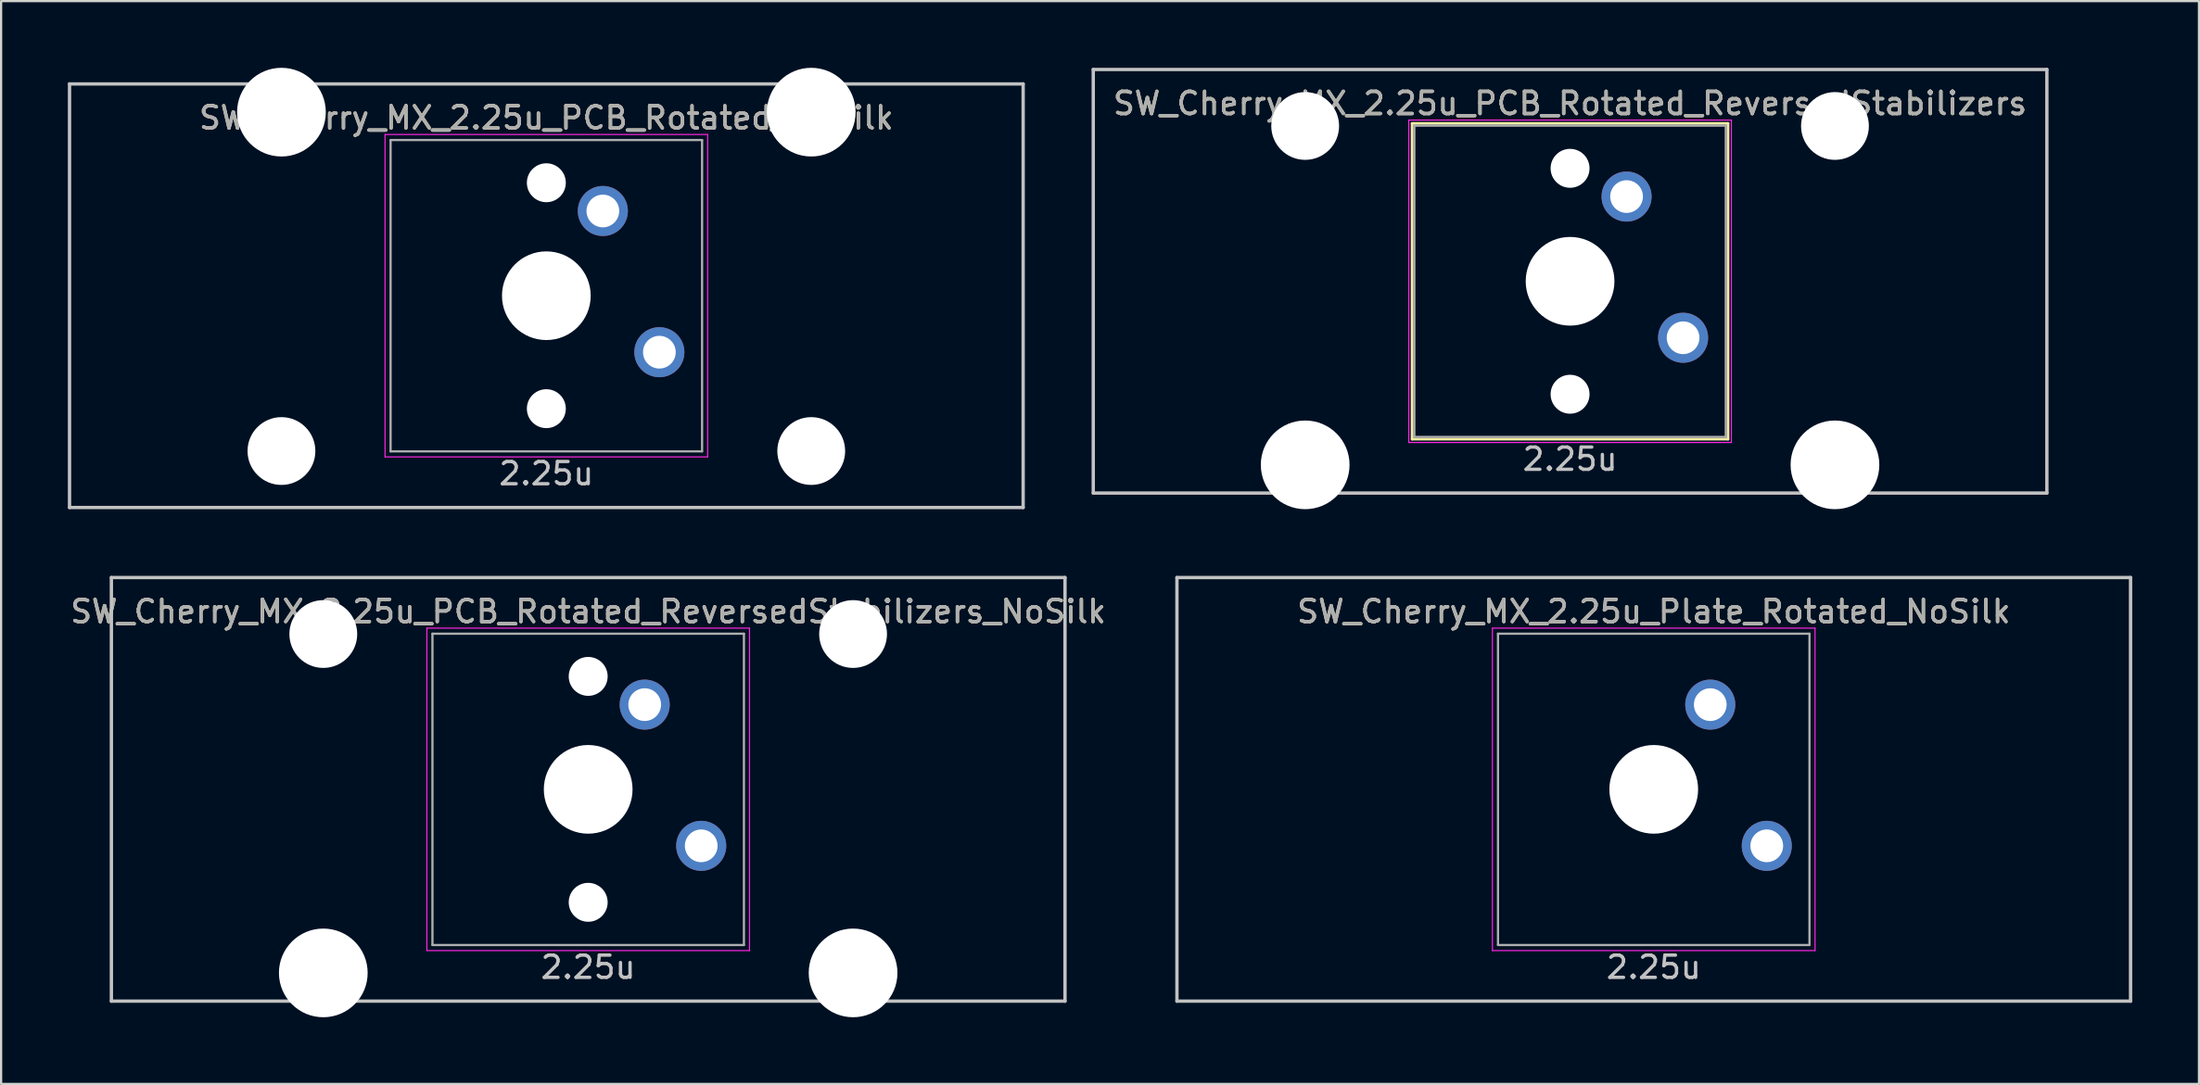
<source format=kicad_pcb>
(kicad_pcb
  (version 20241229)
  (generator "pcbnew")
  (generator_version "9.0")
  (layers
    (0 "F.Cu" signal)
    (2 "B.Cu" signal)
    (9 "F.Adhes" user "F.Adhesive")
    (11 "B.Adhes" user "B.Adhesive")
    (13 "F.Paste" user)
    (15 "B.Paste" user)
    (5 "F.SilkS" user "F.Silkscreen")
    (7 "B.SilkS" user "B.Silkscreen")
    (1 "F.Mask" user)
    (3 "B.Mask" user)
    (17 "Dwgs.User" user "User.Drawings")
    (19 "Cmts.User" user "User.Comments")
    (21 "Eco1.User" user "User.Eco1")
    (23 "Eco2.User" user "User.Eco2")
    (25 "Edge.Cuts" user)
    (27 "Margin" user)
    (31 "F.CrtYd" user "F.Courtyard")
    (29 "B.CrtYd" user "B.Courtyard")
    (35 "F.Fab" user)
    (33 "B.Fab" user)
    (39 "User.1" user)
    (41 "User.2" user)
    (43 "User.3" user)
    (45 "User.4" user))
  (footprint "SW_Cherry_MX_2.25u_PCB_Rotated_NoSilk"
    (layer "F.Cu")
    (at 21.506 10.249)
    (property "Reference" "SW_Cherry_MX_2.25u_PCB_Rotated_NoSilk" (at 0 -8 0) (layer "F.SilkS") (effects (font (size 1 1) (thickness 0.15))))
    (attr through_hole)
    (fp_line (start -21.431 9.525) (end -21.431 -9.525) (stroke (width 0.15) (type solid)) (layer "Dwgs.User"))
    (fp_line (start 21.431 -9.525) (end -21.431 -9.525) (stroke (width 0.15) (type solid)) (layer "Dwgs.User"))
    (fp_line (start 21.431 -9.525) (end 21.431 9.525) (stroke (width 0.15) (type solid)) (layer "Dwgs.User"))
    (fp_line (start 21.431 9.525) (end -21.431 9.525) (stroke (width 0.15) (type solid)) (layer "Dwgs.User"))
    (fp_line (start -7.25 -7.25) (end 7.25 -7.25) (stroke (width 0.05) (type solid)) (layer "F.CrtYd"))
    (fp_line (start -7.25 7.25) (end -7.25 -7.25) (stroke (width 0.05) (type solid)) (layer "F.CrtYd"))
    (fp_line (start 7.25 -7.25) (end 7.25 7.25) (stroke (width 0.05) (type solid)) (layer "F.CrtYd"))
    (fp_line (start 7.25 7.25) (end -7.25 7.25) (stroke (width 0.05) (type solid)) (layer "F.CrtYd"))
    (fp_line (start -7 -7) (end 7 -7) (stroke (width 0.1) (type solid)) (layer "F.Fab"))
    (fp_line (start -7 7) (end -7 -7) (stroke (width 0.1) (type solid)) (layer "F.Fab"))
    (fp_line (start 7 -7) (end 7 7) (stroke (width 0.1) (type solid)) (layer "F.Fab"))
    (fp_line (start 7 7) (end -7 7) (stroke (width 0.1) (type solid)) (layer "F.Fab"))
    (fp_text user "2.25u" (at 0 8 0) (layer "Dwgs.User") (effects (font (size 1 1) (thickness 0.15))))
    (fp_text user "${REFERENCE}" (at 0 -8 0) (layer "F.Fab") (effects (font (size 1 1) (thickness 0.15))))
    (pad "" np_thru_hole circle (at -11.906 -8.255 180) (size 3.988 3.988) (drill 3.988) (layers "*.Cu" "*.Mask"))
    (pad "" np_thru_hole circle (at -11.906 6.985 180) (size 3.048 3.048) (drill 3.048) (layers "*.Cu" "*.Mask"))
    (pad "" np_thru_hole circle (at 0 -5.08 318.1) (size 1.75 1.75) (drill 1.75) (layers "*.Cu" "*.Mask"))
    (pad "" np_thru_hole circle (at 0 0 270) (size 3.988 3.988) (drill 3.988) (layers "*.Cu" "*.Mask"))
    (pad "" np_thru_hole circle (at 0 5.08 318.1) (size 1.75 1.75) (drill 1.75) (layers "*.Cu" "*.Mask"))
    (pad "" np_thru_hole circle (at 11.906 -8.255 180) (size 3.988 3.988) (drill 3.988) (layers "*.Cu" "*.Mask"))
    (pad "" np_thru_hole circle (at 11.906 6.985 180) (size 3.048 3.048) (drill 3.048) (layers "*.Cu" "*.Mask"))
    (pad "1" thru_hole circle (at 2.54 -3.81 270) (size 2.25 2.25) (drill 1.47) (layers "*.Cu" "B.Mask"))
    (pad "2" thru_hole circle (at 5.08 2.54 270) (size 2.25 2.25) (drill 1.47) (layers "*.Cu" "B.Mask")))
  (footprint "SW_Cherry_MX_2.25u_PCB_Rotated_ReversedStabilizers_NoSilk"
    (layer "F.Cu")
    (at 23.387 32.449)
    (property "Reference" "SW_Cherry_MX_2.25u_PCB_Rotated_ReversedStabilizers_NoSilk" (at 0 -8 0) (layer "F.SilkS") (effects (font (size 1 1) (thickness 0.15))))
    (attr through_hole)
    (fp_line (start -21.431 9.525) (end -21.431 -9.525) (stroke (width 0.15) (type solid)) (layer "Dwgs.User"))
    (fp_line (start 21.431 -9.525) (end -21.431 -9.525) (stroke (width 0.15) (type solid)) (layer "Dwgs.User"))
    (fp_line (start 21.431 -9.525) (end 21.431 9.525) (stroke (width 0.15) (type solid)) (layer "Dwgs.User"))
    (fp_line (start 21.431 9.525) (end -21.431 9.525) (stroke (width 0.15) (type solid)) (layer "Dwgs.User"))
    (fp_line (start -7.25 -7.25) (end 7.25 -7.25) (stroke (width 0.05) (type solid)) (layer "F.CrtYd"))
    (fp_line (start -7.25 7.25) (end -7.25 -7.25) (stroke (width 0.05) (type solid)) (layer "F.CrtYd"))
    (fp_line (start 7.25 -7.25) (end 7.25 7.25) (stroke (width 0.05) (type solid)) (layer "F.CrtYd"))
    (fp_line (start 7.25 7.25) (end -7.25 7.25) (stroke (width 0.05) (type solid)) (layer "F.CrtYd"))
    (fp_line (start -7 -7) (end 7 -7) (stroke (width 0.1) (type solid)) (layer "F.Fab"))
    (fp_line (start -7 7) (end -7 -7) (stroke (width 0.1) (type solid)) (layer "F.Fab"))
    (fp_line (start 7 -7) (end 7 7) (stroke (width 0.1) (type solid)) (layer "F.Fab"))
    (fp_line (start 7 7) (end -7 7) (stroke (width 0.1) (type solid)) (layer "F.Fab"))
    (fp_text user "2.25u" (at 0 8 0) (layer "Dwgs.User") (effects (font (size 1 1) (thickness 0.15))))
    (fp_text user "${REFERENCE}" (at 0 -8 0) (layer "F.Fab") (effects (font (size 1 1) (thickness 0.15))))
    (pad "" np_thru_hole circle (at -11.906 -6.985 180) (size 3.048 3.048) (drill 3.048) (layers "*.Cu" "*.Mask"))
    (pad "" np_thru_hole circle (at -11.906 8.255 180) (size 3.988 3.988) (drill 3.988) (layers "*.Cu" "*.Mask"))
    (pad "" np_thru_hole circle (at 0 -5.08 318.1) (size 1.75 1.75) (drill 1.75) (layers "*.Cu" "*.Mask"))
    (pad "" np_thru_hole circle (at 0 0 270) (size 3.988 3.988) (drill 3.988) (layers "*.Cu" "*.Mask"))
    (pad "" np_thru_hole circle (at 0 5.08 318.1) (size 1.75 1.75) (drill 1.75) (layers "*.Cu" "*.Mask"))
    (pad "" np_thru_hole circle (at 11.906 -6.985 180) (size 3.048 3.048) (drill 3.048) (layers "*.Cu" "*.Mask"))
    (pad "" np_thru_hole circle (at 11.906 8.255 180) (size 3.988 3.988) (drill 3.988) (layers "*.Cu" "*.Mask"))
    (pad "1" thru_hole circle (at 2.54 -3.81 270) (size 2.25 2.25) (drill 1.47) (layers "*.Cu" "B.Mask"))
    (pad "2" thru_hole circle (at 5.08 2.54 270) (size 2.25 2.25) (drill 1.47) (layers "*.Cu" "B.Mask")))
  (footprint "SW_Cherry_MX_2.25u_PCB_Rotated_ReversedStabilizers"
    (layer "F.Cu")
    (at 67.519 9.6)
    (property "Reference" "SW_Cherry_MX_2.25u_PCB_Rotated_ReversedStabilizers" (at 0 -8 0) (layer "F.SilkS") (effects (font (size 1 1) (thickness 0.15))))
    (attr through_hole)
    (fp_line (start -7.1 -7.1) (end 7.1 -7.1) (stroke (width 0.12) (type solid)) (layer "F.SilkS"))
    (fp_line (start -7.1 7.1) (end -7.1 -7.1) (stroke (width 0.12) (type solid)) (layer "F.SilkS"))
    (fp_line (start 7.1 -7.1) (end 7.1 7.1) (stroke (width 0.12) (type solid)) (layer "F.SilkS"))
    (fp_line (start 7.1 7.1) (end -7.1 7.1) (stroke (width 0.12) (type solid)) (layer "F.SilkS"))
    (fp_line (start -21.431 9.525) (end -21.431 -9.525) (stroke (width 0.15) (type solid)) (layer "Dwgs.User"))
    (fp_line (start 21.431 -9.525) (end -21.431 -9.525) (stroke (width 0.15) (type solid)) (layer "Dwgs.User"))
    (fp_line (start 21.431 -9.525) (end 21.431 9.525) (stroke (width 0.15) (type solid)) (layer "Dwgs.User"))
    (fp_line (start 21.431 9.525) (end -21.431 9.525) (stroke (width 0.15) (type solid)) (layer "Dwgs.User"))
    (fp_line (start -7.25 -7.25) (end 7.25 -7.25) (stroke (width 0.05) (type solid)) (layer "F.CrtYd"))
    (fp_line (start -7.25 7.25) (end -7.25 -7.25) (stroke (width 0.05) (type solid)) (layer "F.CrtYd"))
    (fp_line (start 7.25 -7.25) (end 7.25 7.25) (stroke (width 0.05) (type solid)) (layer "F.CrtYd"))
    (fp_line (start 7.25 7.25) (end -7.25 7.25) (stroke (width 0.05) (type solid)) (layer "F.CrtYd"))
    (fp_line (start -7 -7) (end 7 -7) (stroke (width 0.1) (type solid)) (layer "F.Fab"))
    (fp_line (start -7 7) (end -7 -7) (stroke (width 0.1) (type solid)) (layer "F.Fab"))
    (fp_line (start 7 -7) (end 7 7) (stroke (width 0.1) (type solid)) (layer "F.Fab"))
    (fp_line (start 7 7) (end -7 7) (stroke (width 0.1) (type solid)) (layer "F.Fab"))
    (fp_text user "2.25u" (at 0 8 0) (layer "Dwgs.User") (effects (font (size 1 1) (thickness 0.15))))
    (fp_text user "${REFERENCE}" (at 0 -8 0) (layer "F.Fab") (effects (font (size 1 1) (thickness 0.15))))
    (pad "" np_thru_hole circle (at -11.906 -6.985 180) (size 3.048 3.048) (drill 3.048) (layers "*.Cu" "*.Mask"))
    (pad "" np_thru_hole circle (at -11.906 8.255 180) (size 3.988 3.988) (drill 3.988) (layers "*.Cu" "*.Mask"))
    (pad "" np_thru_hole circle (at 0 -5.08 318.1) (size 1.75 1.75) (drill 1.75) (layers "*.Cu" "*.Mask"))
    (pad "" np_thru_hole circle (at 0 0 270) (size 3.988 3.988) (drill 3.988) (layers "*.Cu" "*.Mask"))
    (pad "" np_thru_hole circle (at 0 5.08 318.1) (size 1.75 1.75) (drill 1.75) (layers "*.Cu" "*.Mask"))
    (pad "" np_thru_hole circle (at 11.906 -6.985 180) (size 3.048 3.048) (drill 3.048) (layers "*.Cu" "*.Mask"))
    (pad "" np_thru_hole circle (at 11.906 8.255 180) (size 3.988 3.988) (drill 3.988) (layers "*.Cu" "*.Mask"))
    (pad "1" thru_hole circle (at 2.54 -3.81 270) (size 2.25 2.25) (drill 1.47) (layers "*.Cu" "B.Mask"))
    (pad "2" thru_hole circle (at 5.08 2.54 270) (size 2.25 2.25) (drill 1.47) (layers "*.Cu" "B.Mask")))
  (footprint "SW_Cherry_MX_2.25u_Plate_Rotated_NoSilk"
    (layer "F.Cu")
    (at 71.28 32.449)
    (property "Reference" "SW_Cherry_MX_2.25u_Plate_Rotated_NoSilk" (at 0 -8 0) (layer "F.SilkS") (effects (font (size 1 1) (thickness 0.15))))
    (attr through_hole)
    (fp_line (start -21.431 9.525) (end -21.431 -9.525) (stroke (width 0.15) (type solid)) (layer "Dwgs.User"))
    (fp_line (start 21.431 -9.525) (end -21.431 -9.525) (stroke (width 0.15) (type solid)) (layer "Dwgs.User"))
    (fp_line (start 21.431 -9.525) (end 21.431 9.525) (stroke (width 0.15) (type solid)) (layer "Dwgs.User"))
    (fp_line (start 21.431 9.525) (end -21.431 9.525) (stroke (width 0.15) (type solid)) (layer "Dwgs.User"))
    (fp_line (start -7.25 -7.25) (end 7.25 -7.25) (stroke (width 0.05) (type solid)) (layer "F.CrtYd"))
    (fp_line (start -7.25 7.25) (end -7.25 -7.25) (stroke (width 0.05) (type solid)) (layer "F.CrtYd"))
    (fp_line (start 7.25 -7.25) (end 7.25 7.25) (stroke (width 0.05) (type solid)) (layer "F.CrtYd"))
    (fp_line (start 7.25 7.25) (end -7.25 7.25) (stroke (width 0.05) (type solid)) (layer "F.CrtYd"))
    (fp_line (start -7 -7) (end 7 -7) (stroke (width 0.1) (type solid)) (layer "F.Fab"))
    (fp_line (start -7 7) (end -7 -7) (stroke (width 0.1) (type solid)) (layer "F.Fab"))
    (fp_line (start 7 -7) (end 7 7) (stroke (width 0.1) (type solid)) (layer "F.Fab"))
    (fp_line (start 7 7) (end -7 7) (stroke (width 0.1) (type solid)) (layer "F.Fab"))
    (fp_text user "2.25u" (at 0 8 0) (layer "Dwgs.User") (effects (font (size 1 1) (thickness 0.15))))
    (fp_text user "${REFERENCE}" (at 0 -8 0) (layer "F.Fab") (effects (font (size 1 1) (thickness 0.15))))
    (pad "" np_thru_hole circle (at 0 0 270) (size 3.988 3.988) (drill 3.988) (layers "*.Cu" "*.Mask"))
    (pad "1" thru_hole circle (at 2.54 -3.81 270) (size 2.25 2.25) (drill 1.47) (layers "*.Cu" "B.Mask"))
    (pad "2" thru_hole circle (at 5.08 2.54 270) (size 2.25 2.25) (drill 1.47) (layers "*.Cu" "B.Mask")))
  (gr_rect
    (start -3 -3)
    (end 95.786 45.698)
    (stroke (width 0.1) (type default))
    (fill no)
    (layer "Edge.Cuts")))
</source>
